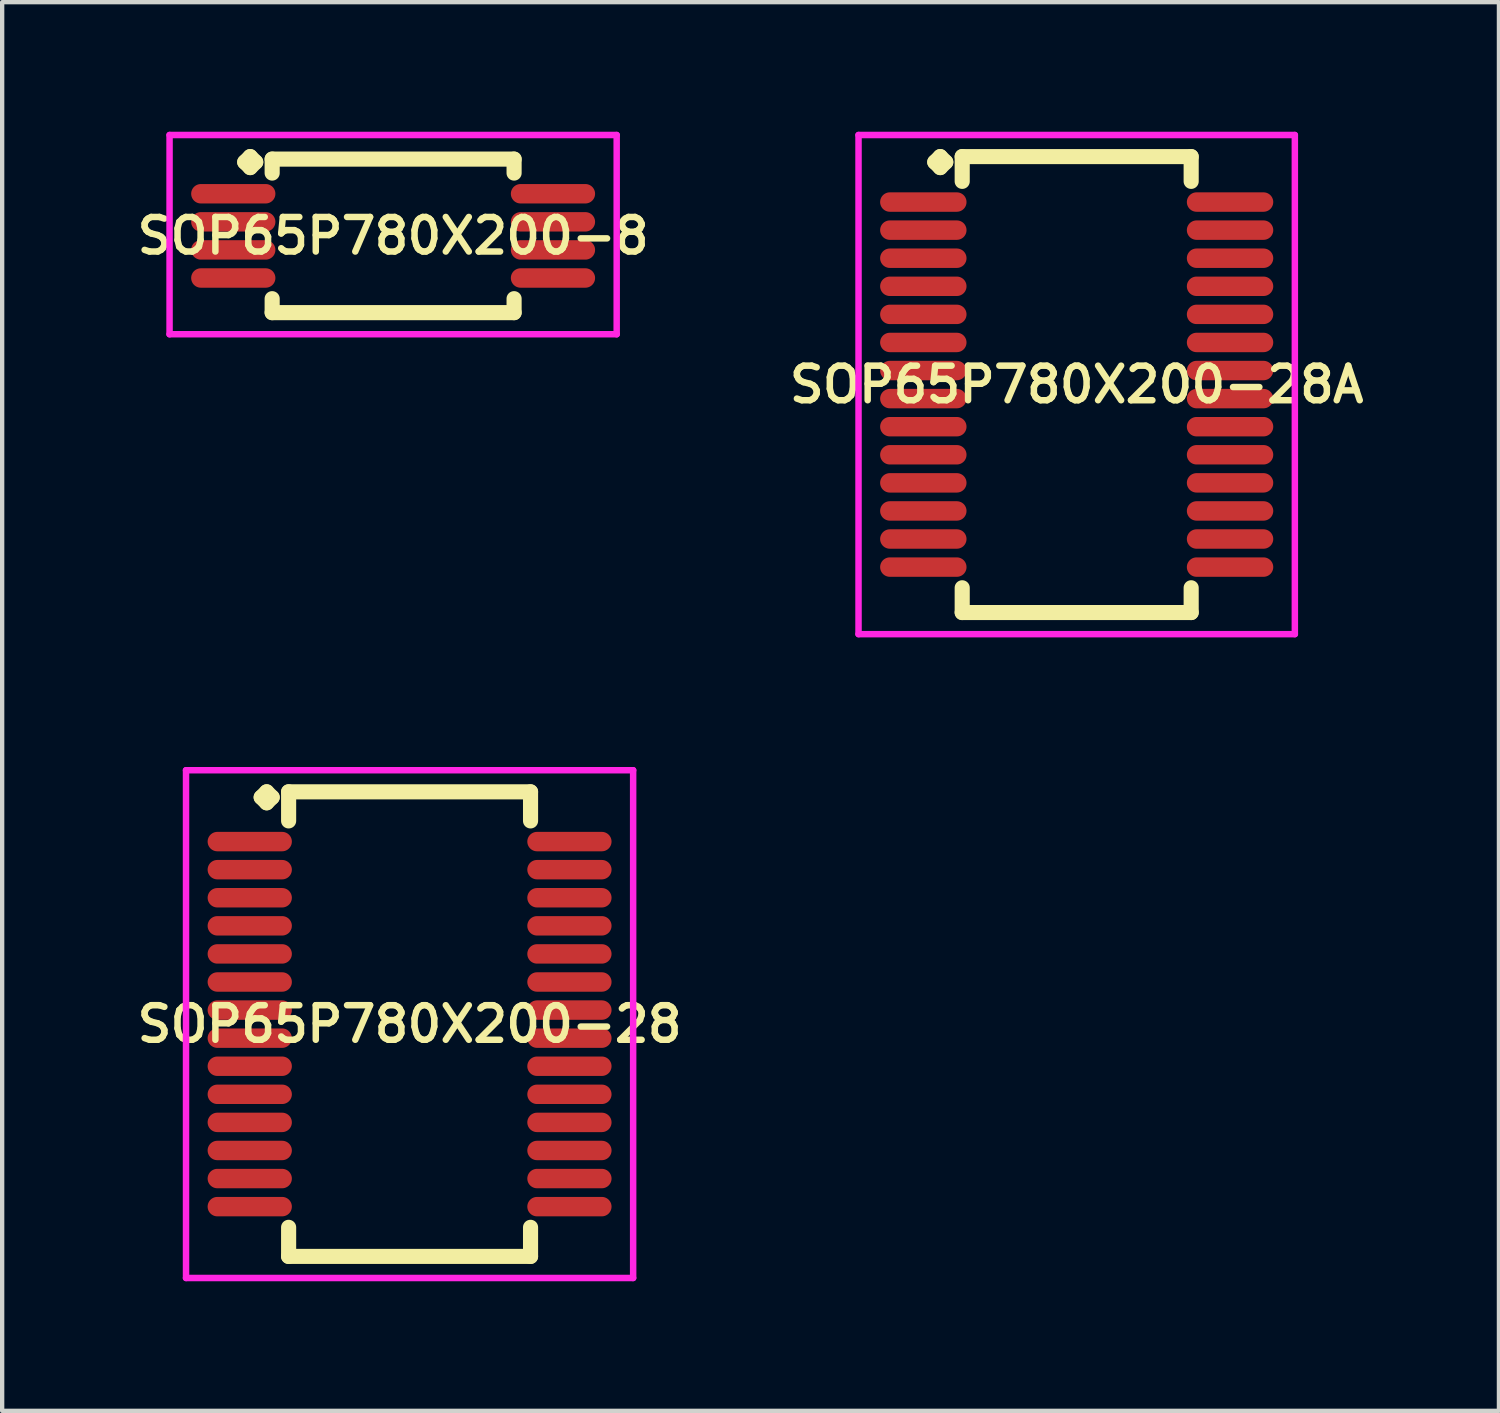
<source format=kicad_pcb>
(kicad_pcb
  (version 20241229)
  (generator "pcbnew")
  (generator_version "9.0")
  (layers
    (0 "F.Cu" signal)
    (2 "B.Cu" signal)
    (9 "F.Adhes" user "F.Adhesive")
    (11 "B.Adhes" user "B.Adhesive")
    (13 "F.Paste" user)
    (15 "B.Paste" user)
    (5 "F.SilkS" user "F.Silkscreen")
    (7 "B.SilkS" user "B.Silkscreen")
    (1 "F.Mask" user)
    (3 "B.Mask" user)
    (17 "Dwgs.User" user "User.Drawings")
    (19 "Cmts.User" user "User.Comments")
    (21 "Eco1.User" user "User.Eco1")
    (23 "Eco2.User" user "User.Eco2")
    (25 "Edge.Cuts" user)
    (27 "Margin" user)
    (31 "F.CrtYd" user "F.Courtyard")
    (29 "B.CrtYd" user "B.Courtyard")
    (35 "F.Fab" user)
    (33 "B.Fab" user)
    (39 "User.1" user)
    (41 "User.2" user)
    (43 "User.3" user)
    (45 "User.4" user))
  (footprint "SOP65P780X200-8"
    (layer "F.Cu")
    (at 6.05 2.41)
    (property "Reference" "SOP65P780X200-8" (at 0 0 0) (layer "F.SilkS") (effects (font (size 0.8 0.8) (thickness 0.15))))
    (attr smd)
    (fp_line (start -3.435 -1.708) (end -3.308 -1.835) (stroke (width 0.35) (type solid)) (layer "F.SilkS"))
    (fp_line (start -3.308 -1.835) (end -3.181 -1.708) (stroke (width 0.35) (type solid)) (layer "F.SilkS"))
    (fp_line (start -3.308 -1.581) (end -3.435 -1.708) (stroke (width 0.35) (type solid)) (layer "F.SilkS"))
    (fp_line (start -3.181 -1.708) (end -3.308 -1.581) (stroke (width 0.35) (type solid)) (layer "F.SilkS"))
    (fp_line (start -2.8 -1.777) (end 2.8 -1.777) (stroke (width 0.35) (type solid)) (layer "F.SilkS"))
    (fp_line (start -2.8 -1.454) (end -2.8 -1.777) (stroke (width 0.35) (type solid)) (layer "F.SilkS"))
    (fp_line (start -2.8 1.454) (end -2.8 1.777) (stroke (width 0.35) (type solid)) (layer "F.SilkS"))
    (fp_line (start -2.8 1.777) (end 2.8 1.777) (stroke (width 0.35) (type solid)) (layer "F.SilkS"))
    (fp_line (start 2.8 -1.777) (end 2.8 -1.454) (stroke (width 0.35) (type solid)) (layer "F.SilkS"))
    (fp_line (start 2.8 1.777) (end 2.8 1.454) (stroke (width 0.35) (type solid)) (layer "F.SilkS"))
    (fp_line (start -5.175 -2.335) (end 5.175 -2.335) (stroke (width 0.15) (type solid)) (layer "F.CrtYd"))
    (fp_line (start -5.175 2.277) (end -5.175 -2.335) (stroke (width 0.15) (type solid)) (layer "F.CrtYd"))
    (fp_line (start 5.175 -2.335) (end 5.175 2.277) (stroke (width 0.15) (type solid)) (layer "F.CrtYd"))
    (fp_line (start 5.175 2.277) (end -5.175 2.277) (stroke (width 0.15) (type solid)) (layer "F.CrtYd"))
    (pad "1" smd oval (at -3.7 -0.975) (size 1.95 0.45) (layers "F.Cu" "F.Mask" "F.Paste"))
    (pad "2" smd oval (at -3.7 -0.325) (size 1.95 0.45) (layers "F.Cu" "F.Mask" "F.Paste"))
    (pad "3" smd oval (at -3.7 0.325) (size 1.95 0.45) (layers "F.Cu" "F.Mask" "F.Paste"))
    (pad "4" smd oval (at -3.7 0.975) (size 1.95 0.45) (layers "F.Cu" "F.Mask" "F.Paste"))
    (pad "5" smd oval (at 3.7 0.975) (size 1.95 0.45) (layers "F.Cu" "F.Mask" "F.Paste"))
    (pad "6" smd oval (at 3.7 0.325) (size 1.95 0.45) (layers "F.Cu" "F.Mask" "F.Paste"))
    (pad "7" smd oval (at 3.7 -0.325) (size 1.95 0.45) (layers "F.Cu" "F.Mask" "F.Paste"))
    (pad "8" smd oval (at 3.7 -0.975) (size 1.95 0.45) (layers "F.Cu" "F.Mask" "F.Paste")))
  (footprint "SOP65P780X200-28A"
    (layer "F.Cu")
    (at 21.873 5.852)
    (property "Reference" "SOP65P780X200-28A" (at 0 0 0) (layer "F.SilkS") (effects (font (size 0.8 0.8) (thickness 0.15))))
    (attr through_hole)
    (fp_line (start -3.285 -5.15) (end -3.158 -5.277) (stroke (width 0.35) (type solid)) (layer "F.SilkS"))
    (fp_line (start -3.158 -5.277) (end -3.031 -5.15) (stroke (width 0.35) (type solid)) (layer "F.SilkS"))
    (fp_line (start -3.158 -5.023) (end -3.285 -5.15) (stroke (width 0.35) (type solid)) (layer "F.SilkS"))
    (fp_line (start -3.031 -5.15) (end -3.158 -5.023) (stroke (width 0.35) (type solid)) (layer "F.SilkS"))
    (fp_line (start -2.65 -5.277) (end 2.65 -5.277) (stroke (width 0.35) (type solid)) (layer "F.SilkS"))
    (fp_line (start -2.65 -4.704) (end -2.65 -5.277) (stroke (width 0.35) (type solid)) (layer "F.SilkS"))
    (fp_line (start -2.65 4.704) (end -2.65 5.277) (stroke (width 0.35) (type solid)) (layer "F.SilkS"))
    (fp_line (start -2.65 5.277) (end 2.65 5.277) (stroke (width 0.35) (type solid)) (layer "F.SilkS"))
    (fp_line (start 2.65 -5.277) (end 2.65 -4.704) (stroke (width 0.35) (type solid)) (layer "F.SilkS"))
    (fp_line (start 2.65 5.277) (end 2.65 4.704) (stroke (width 0.35) (type solid)) (layer "F.SilkS"))
    (fp_line (start -5.05 -5.777) (end 5.05 -5.777) (stroke (width 0.15) (type solid)) (layer "F.CrtYd"))
    (fp_line (start -5.05 5.777) (end -5.05 -5.777) (stroke (width 0.15) (type solid)) (layer "F.CrtYd"))
    (fp_line (start 5.05 -5.777) (end 5.05 5.777) (stroke (width 0.15) (type solid)) (layer "F.CrtYd"))
    (fp_line (start 5.05 5.777) (end -5.05 5.777) (stroke (width 0.15) (type solid)) (layer "F.CrtYd"))
    (pad "1" smd oval (at -3.55 -4.225) (size 2 0.45) (layers "F.Cu" "F.Mask" "F.Paste"))
    (pad "2" smd oval (at -3.55 -3.575) (size 2 0.45) (layers "F.Cu" "F.Mask" "F.Paste"))
    (pad "3" smd oval (at -3.55 -2.925) (size 2 0.45) (layers "F.Cu" "F.Mask" "F.Paste"))
    (pad "4" smd oval (at -3.55 -2.275) (size 2 0.45) (layers "F.Cu" "F.Mask" "F.Paste"))
    (pad "5" smd oval (at -3.55 -1.625) (size 2 0.45) (layers "F.Cu" "F.Mask" "F.Paste"))
    (pad "6" smd oval (at -3.55 -0.975) (size 2 0.45) (layers "F.Cu" "F.Mask" "F.Paste"))
    (pad "7" smd oval (at -3.55 -0.325) (size 2 0.45) (layers "F.Cu" "F.Mask" "F.Paste"))
    (pad "8" smd oval (at -3.55 0.325) (size 2 0.45) (layers "F.Cu" "F.Mask" "F.Paste"))
    (pad "9" smd oval (at -3.55 0.975) (size 2 0.45) (layers "F.Cu" "F.Mask" "F.Paste"))
    (pad "10" smd oval (at -3.55 1.625) (size 2 0.45) (layers "F.Cu" "F.Mask" "F.Paste"))
    (pad "11" smd oval (at -3.55 2.275) (size 2 0.45) (layers "F.Cu" "F.Mask" "F.Paste"))
    (pad "12" smd oval (at -3.55 2.925) (size 2 0.45) (layers "F.Cu" "F.Mask" "F.Paste"))
    (pad "13" smd oval (at -3.55 3.575) (size 2 0.45) (layers "F.Cu" "F.Mask" "F.Paste"))
    (pad "14" smd oval (at -3.55 4.225) (size 2 0.45) (layers "F.Cu" "F.Mask" "F.Paste"))
    (pad "15" smd oval (at 3.55 4.225) (size 2 0.45) (layers "F.Cu" "F.Mask" "F.Paste"))
    (pad "16" smd oval (at 3.55 3.575) (size 2 0.45) (layers "F.Cu" "F.Mask" "F.Paste"))
    (pad "17" smd oval (at 3.55 2.925) (size 2 0.45) (layers "F.Cu" "F.Mask" "F.Paste"))
    (pad "18" smd oval (at 3.55 2.275) (size 2 0.45) (layers "F.Cu" "F.Mask" "F.Paste"))
    (pad "19" smd oval (at 3.55 1.625) (size 2 0.45) (layers "F.Cu" "F.Mask" "F.Paste"))
    (pad "20" smd oval (at 3.55 0.975) (size 2 0.45) (layers "F.Cu" "F.Mask" "F.Paste"))
    (pad "21" smd oval (at 3.55 0.325) (size 2 0.45) (layers "F.Cu" "F.Mask" "F.Paste"))
    (pad "22" smd oval (at 3.55 -0.325) (size 2 0.45) (layers "F.Cu" "F.Mask" "F.Paste"))
    (pad "23" smd oval (at 3.55 -0.975) (size 2 0.45) (layers "F.Cu" "F.Mask" "F.Paste"))
    (pad "24" smd oval (at 3.55 -1.625) (size 2 0.45) (layers "F.Cu" "F.Mask" "F.Paste"))
    (pad "25" smd oval (at 3.55 -2.275) (size 2 0.45) (layers "F.Cu" "F.Mask" "F.Paste"))
    (pad "26" smd oval (at 3.55 -2.925) (size 2 0.45) (layers "F.Cu" "F.Mask" "F.Paste"))
    (pad "27" smd oval (at 3.55 -3.575) (size 2 0.45) (layers "F.Cu" "F.Mask" "F.Paste"))
    (pad "28" smd oval (at 3.55 -4.225) (size 2 0.45) (layers "F.Cu" "F.Mask" "F.Paste")))
  (footprint "SOP65P780X200-28"
    (layer "F.Cu")
    (at 6.431 20.656)
    (property "Reference" "SOP65P780X200-28" (at 0 0 0) (layer "F.SilkS") (effects (font (size 0.8 0.8) (thickness 0.15))))
    (attr through_hole)
    (fp_line (start -3.435 -5.25) (end -3.308 -5.377) (stroke (width 0.35) (type solid)) (layer "F.SilkS"))
    (fp_line (start -3.308 -5.377) (end -3.181 -5.25) (stroke (width 0.35) (type solid)) (layer "F.SilkS"))
    (fp_line (start -3.308 -5.123) (end -3.435 -5.25) (stroke (width 0.35) (type solid)) (layer "F.SilkS"))
    (fp_line (start -3.181 -5.25) (end -3.308 -5.123) (stroke (width 0.35) (type solid)) (layer "F.SilkS"))
    (fp_line (start -2.8 -5.377) (end 2.8 -5.377) (stroke (width 0.35) (type solid)) (layer "F.SilkS"))
    (fp_line (start -2.8 -4.704) (end -2.8 -5.377) (stroke (width 0.35) (type solid)) (layer "F.SilkS"))
    (fp_line (start -2.8 4.704) (end -2.8 5.377) (stroke (width 0.35) (type solid)) (layer "F.SilkS"))
    (fp_line (start -2.8 5.377) (end 2.8 5.377) (stroke (width 0.35) (type solid)) (layer "F.SilkS"))
    (fp_line (start 2.8 -5.377) (end 2.8 -4.704) (stroke (width 0.35) (type solid)) (layer "F.SilkS"))
    (fp_line (start 2.8 5.377) (end 2.8 4.704) (stroke (width 0.35) (type solid)) (layer "F.SilkS"))
    (fp_line (start -5.175 -5.877) (end 5.175 -5.877) (stroke (width 0.15) (type solid)) (layer "F.CrtYd"))
    (fp_line (start -5.175 5.877) (end -5.175 -5.877) (stroke (width 0.15) (type solid)) (layer "F.CrtYd"))
    (fp_line (start 5.175 -5.877) (end 5.175 5.877) (stroke (width 0.15) (type solid)) (layer "F.CrtYd"))
    (fp_line (start 5.175 5.877) (end -5.175 5.877) (stroke (width 0.15) (type solid)) (layer "F.CrtYd"))
    (pad "1" smd oval (at -3.7 -4.225) (size 1.95 0.45) (layers "F.Cu" "F.Mask" "F.Paste"))
    (pad "2" smd oval (at -3.7 -3.575) (size 1.95 0.45) (layers "F.Cu" "F.Mask" "F.Paste"))
    (pad "3" smd oval (at -3.7 -2.925) (size 1.95 0.45) (layers "F.Cu" "F.Mask" "F.Paste"))
    (pad "4" smd oval (at -3.7 -2.275) (size 1.95 0.45) (layers "F.Cu" "F.Mask" "F.Paste"))
    (pad "5" smd oval (at -3.7 -1.625) (size 1.95 0.45) (layers "F.Cu" "F.Mask" "F.Paste"))
    (pad "6" smd oval (at -3.7 -0.975) (size 1.95 0.45) (layers "F.Cu" "F.Mask" "F.Paste"))
    (pad "7" smd oval (at -3.7 -0.325) (size 1.95 0.45) (layers "F.Cu" "F.Mask" "F.Paste"))
    (pad "8" smd oval (at -3.7 0.325) (size 1.95 0.45) (layers "F.Cu" "F.Mask" "F.Paste"))
    (pad "9" smd oval (at -3.7 0.975) (size 1.95 0.45) (layers "F.Cu" "F.Mask" "F.Paste"))
    (pad "10" smd oval (at -3.7 1.625) (size 1.95 0.45) (layers "F.Cu" "F.Mask" "F.Paste"))
    (pad "11" smd oval (at -3.7 2.275) (size 1.95 0.45) (layers "F.Cu" "F.Mask" "F.Paste"))
    (pad "12" smd oval (at -3.7 2.925) (size 1.95 0.45) (layers "F.Cu" "F.Mask" "F.Paste"))
    (pad "13" smd oval (at -3.7 3.575) (size 1.95 0.45) (layers "F.Cu" "F.Mask" "F.Paste"))
    (pad "14" smd oval (at -3.7 4.225) (size 1.95 0.45) (layers "F.Cu" "F.Mask" "F.Paste"))
    (pad "15" smd oval (at 3.7 4.225) (size 1.95 0.45) (layers "F.Cu" "F.Mask" "F.Paste"))
    (pad "16" smd oval (at 3.7 3.575) (size 1.95 0.45) (layers "F.Cu" "F.Mask" "F.Paste"))
    (pad "17" smd oval (at 3.7 2.925) (size 1.95 0.45) (layers "F.Cu" "F.Mask" "F.Paste"))
    (pad "18" smd oval (at 3.7 2.275) (size 1.95 0.45) (layers "F.Cu" "F.Mask" "F.Paste"))
    (pad "19" smd oval (at 3.7 1.625) (size 1.95 0.45) (layers "F.Cu" "F.Mask" "F.Paste"))
    (pad "20" smd oval (at 3.7 0.975) (size 1.95 0.45) (layers "F.Cu" "F.Mask" "F.Paste"))
    (pad "21" smd oval (at 3.7 0.325) (size 1.95 0.45) (layers "F.Cu" "F.Mask" "F.Paste"))
    (pad "22" smd oval (at 3.7 -0.325) (size 1.95 0.45) (layers "F.Cu" "F.Mask" "F.Paste"))
    (pad "23" smd oval (at 3.7 -0.975) (size 1.95 0.45) (layers "F.Cu" "F.Mask" "F.Paste"))
    (pad "24" smd oval (at 3.7 -1.625) (size 1.95 0.45) (layers "F.Cu" "F.Mask" "F.Paste"))
    (pad "25" smd oval (at 3.7 -2.275) (size 1.95 0.45) (layers "F.Cu" "F.Mask" "F.Paste"))
    (pad "26" smd oval (at 3.7 -2.925) (size 1.95 0.45) (layers "F.Cu" "F.Mask" "F.Paste"))
    (pad "27" smd oval (at 3.7 -3.575) (size 1.95 0.45) (layers "F.Cu" "F.Mask" "F.Paste"))
    (pad "28" smd oval (at 3.7 -4.225) (size 1.95 0.45) (layers "F.Cu" "F.Mask" "F.Paste")))
  (gr_rect
    (start -3 -3)
    (end 31.647 29.608)
    (stroke (width 0.1) (type default))
    (fill no)
    (layer "Edge.Cuts")))
</source>
